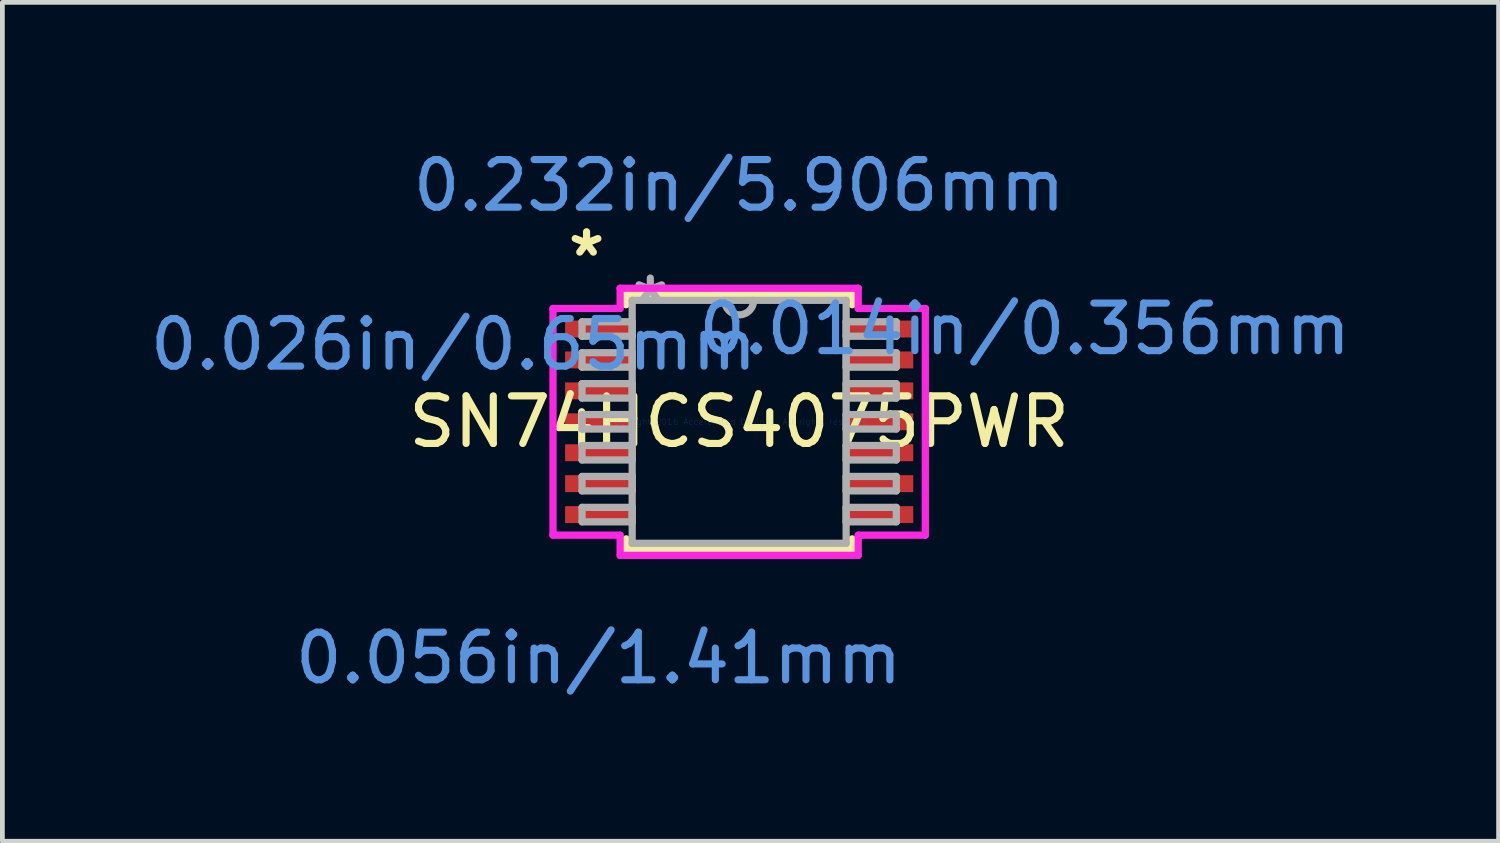
<source format=kicad_pcb>
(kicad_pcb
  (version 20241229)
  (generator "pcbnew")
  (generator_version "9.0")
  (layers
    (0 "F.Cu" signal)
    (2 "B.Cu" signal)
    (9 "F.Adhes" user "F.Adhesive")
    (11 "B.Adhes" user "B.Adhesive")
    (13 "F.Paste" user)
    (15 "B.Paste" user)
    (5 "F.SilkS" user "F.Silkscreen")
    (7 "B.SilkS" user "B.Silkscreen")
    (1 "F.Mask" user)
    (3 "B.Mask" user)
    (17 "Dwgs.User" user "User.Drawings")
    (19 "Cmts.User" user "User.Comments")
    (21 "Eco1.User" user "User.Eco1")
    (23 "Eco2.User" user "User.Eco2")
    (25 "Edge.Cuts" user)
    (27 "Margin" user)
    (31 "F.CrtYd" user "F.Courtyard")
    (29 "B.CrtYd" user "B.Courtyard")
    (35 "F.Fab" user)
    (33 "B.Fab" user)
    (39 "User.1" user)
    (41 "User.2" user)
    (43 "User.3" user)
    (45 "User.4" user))
  (footprint "SN74HCS4075PWR"
    (layer "F.Cu")
    (at 12.483 5.814)
    (property "Reference" "SN74HCS4075PWR" (at 0 0 0) (layer "F.SilkS") (effects (font (size 1 1) (thickness 0.15))))
    (attr through_hole)
    (fp_line (start -2.375 -2.68) (end -2.375 -2.46) (stroke (width 0.152) (type solid)) (layer "F.SilkS"))
    (fp_line (start -2.375 2.46) (end -2.375 2.68) (stroke (width 0.152) (type solid)) (layer "F.SilkS"))
    (fp_line (start -2.375 2.68) (end 2.375 2.68) (stroke (width 0.152) (type solid)) (layer "F.SilkS"))
    (fp_line (start 2.375 -2.68) (end -2.375 -2.68) (stroke (width 0.152) (type solid)) (layer "F.SilkS"))
    (fp_line (start 2.375 -2.46) (end 2.375 -2.68) (stroke (width 0.152) (type solid)) (layer "F.SilkS"))
    (fp_line (start 2.375 2.68) (end 2.375 2.46) (stroke (width 0.152) (type solid)) (layer "F.SilkS"))
    (fp_line (start -3.912 -2.382) (end -2.502 -2.382) (stroke (width 0.152) (type solid)) (layer "F.CrtYd"))
    (fp_line (start -3.912 2.382) (end -3.912 -2.382) (stroke (width 0.152) (type solid)) (layer "F.CrtYd"))
    (fp_line (start -3.912 2.382) (end -2.502 2.382) (stroke (width 0.152) (type solid)) (layer "F.CrtYd"))
    (fp_line (start -2.502 -2.807) (end 2.502 -2.807) (stroke (width 0.152) (type solid)) (layer "F.CrtYd"))
    (fp_line (start -2.502 -2.382) (end -2.502 -2.807) (stroke (width 0.152) (type solid)) (layer "F.CrtYd"))
    (fp_line (start -2.502 2.807) (end -2.502 2.382) (stroke (width 0.152) (type solid)) (layer "F.CrtYd"))
    (fp_line (start 2.502 -2.807) (end 2.502 -2.382) (stroke (width 0.152) (type solid)) (layer "F.CrtYd"))
    (fp_line (start 2.502 2.382) (end 2.502 2.807) (stroke (width 0.152) (type solid)) (layer "F.CrtYd"))
    (fp_line (start 2.502 2.807) (end -2.502 2.807) (stroke (width 0.152) (type solid)) (layer "F.CrtYd"))
    (fp_line (start 3.912 -2.382) (end 2.502 -2.382) (stroke (width 0.152) (type solid)) (layer "F.CrtYd"))
    (fp_line (start 3.912 -2.382) (end 3.912 2.382) (stroke (width 0.152) (type solid)) (layer "F.CrtYd"))
    (fp_line (start 3.912 2.382) (end 2.502 2.382) (stroke (width 0.152) (type solid)) (layer "F.CrtYd"))
    (fp_line (start -3.302 -2.102) (end -3.302 -1.798) (stroke (width 0.152) (type solid)) (layer "F.Fab"))
    (fp_line (start -3.302 -1.798) (end -2.248 -1.798) (stroke (width 0.152) (type solid)) (layer "F.Fab"))
    (fp_line (start -3.302 -1.452) (end -3.302 -1.148) (stroke (width 0.152) (type solid)) (layer "F.Fab"))
    (fp_line (start -3.302 -1.148) (end -2.248 -1.148) (stroke (width 0.152) (type solid)) (layer "F.Fab"))
    (fp_line (start -3.302 -0.802) (end -3.302 -0.498) (stroke (width 0.152) (type solid)) (layer "F.Fab"))
    (fp_line (start -3.302 -0.498) (end -2.248 -0.498) (stroke (width 0.152) (type solid)) (layer "F.Fab"))
    (fp_line (start -3.302 -0.152) (end -3.302 0.152) (stroke (width 0.152) (type solid)) (layer "F.Fab"))
    (fp_line (start -3.302 0.152) (end -2.248 0.152) (stroke (width 0.152) (type solid)) (layer "F.Fab"))
    (fp_line (start -3.302 0.498) (end -3.302 0.802) (stroke (width 0.152) (type solid)) (layer "F.Fab"))
    (fp_line (start -3.302 0.802) (end -2.248 0.802) (stroke (width 0.152) (type solid)) (layer "F.Fab"))
    (fp_line (start -3.302 1.148) (end -3.302 1.452) (stroke (width 0.152) (type solid)) (layer "F.Fab"))
    (fp_line (start -3.302 1.452) (end -2.248 1.452) (stroke (width 0.152) (type solid)) (layer "F.Fab"))
    (fp_line (start -3.302 1.798) (end -3.302 2.102) (stroke (width 0.152) (type solid)) (layer "F.Fab"))
    (fp_line (start -3.302 2.102) (end -2.248 2.102) (stroke (width 0.152) (type solid)) (layer "F.Fab"))
    (fp_line (start -2.248 -2.553) (end -2.248 2.553) (stroke (width 0.152) (type solid)) (layer "F.Fab"))
    (fp_line (start -2.248 -2.102) (end -3.302 -2.102) (stroke (width 0.152) (type solid)) (layer "F.Fab"))
    (fp_line (start -2.248 -1.798) (end -2.248 -2.102) (stroke (width 0.152) (type solid)) (layer "F.Fab"))
    (fp_line (start -2.248 -1.452) (end -3.302 -1.452) (stroke (width 0.152) (type solid)) (layer "F.Fab"))
    (fp_line (start -2.248 -1.148) (end -2.248 -1.452) (stroke (width 0.152) (type solid)) (layer "F.Fab"))
    (fp_line (start -2.248 -0.802) (end -3.302 -0.802) (stroke (width 0.152) (type solid)) (layer "F.Fab"))
    (fp_line (start -2.248 -0.498) (end -2.248 -0.802) (stroke (width 0.152) (type solid)) (layer "F.Fab"))
    (fp_line (start -2.248 -0.152) (end -3.302 -0.152) (stroke (width 0.152) (type solid)) (layer "F.Fab"))
    (fp_line (start -2.248 0.152) (end -2.248 -0.152) (stroke (width 0.152) (type solid)) (layer "F.Fab"))
    (fp_line (start -2.248 0.498) (end -3.302 0.498) (stroke (width 0.152) (type solid)) (layer "F.Fab"))
    (fp_line (start -2.248 0.802) (end -2.248 0.498) (stroke (width 0.152) (type solid)) (layer "F.Fab"))
    (fp_line (start -2.248 1.148) (end -3.302 1.148) (stroke (width 0.152) (type solid)) (layer "F.Fab"))
    (fp_line (start -2.248 1.452) (end -2.248 1.148) (stroke (width 0.152) (type solid)) (layer "F.Fab"))
    (fp_line (start -2.248 1.798) (end -3.302 1.798) (stroke (width 0.152) (type solid)) (layer "F.Fab"))
    (fp_line (start -2.248 2.102) (end -2.248 1.798) (stroke (width 0.152) (type solid)) (layer "F.Fab"))
    (fp_line (start -2.248 2.553) (end 2.248 2.553) (stroke (width 0.152) (type solid)) (layer "F.Fab"))
    (fp_line (start 2.248 -2.553) (end -2.248 -2.553) (stroke (width 0.152) (type solid)) (layer "F.Fab"))
    (fp_line (start 2.248 -2.102) (end 2.248 -1.798) (stroke (width 0.152) (type solid)) (layer "F.Fab"))
    (fp_line (start 2.248 -1.798) (end 3.302 -1.798) (stroke (width 0.152) (type solid)) (layer "F.Fab"))
    (fp_line (start 2.248 -1.452) (end 2.248 -1.148) (stroke (width 0.152) (type solid)) (layer "F.Fab"))
    (fp_line (start 2.248 -1.148) (end 3.302 -1.148) (stroke (width 0.152) (type solid)) (layer "F.Fab"))
    (fp_line (start 2.248 -0.802) (end 2.248 -0.498) (stroke (width 0.152) (type solid)) (layer "F.Fab"))
    (fp_line (start 2.248 -0.498) (end 3.302 -0.498) (stroke (width 0.152) (type solid)) (layer "F.Fab"))
    (fp_line (start 2.248 -0.152) (end 2.248 0.152) (stroke (width 0.152) (type solid)) (layer "F.Fab"))
    (fp_line (start 2.248 0.152) (end 3.302 0.152) (stroke (width 0.152) (type solid)) (layer "F.Fab"))
    (fp_line (start 2.248 0.498) (end 2.248 0.802) (stroke (width 0.152) (type solid)) (layer "F.Fab"))
    (fp_line (start 2.248 0.802) (end 3.302 0.802) (stroke (width 0.152) (type solid)) (layer "F.Fab"))
    (fp_line (start 2.248 1.148) (end 2.248 1.452) (stroke (width 0.152) (type solid)) (layer "F.Fab"))
    (fp_line (start 2.248 1.452) (end 3.302 1.452) (stroke (width 0.152) (type solid)) (layer "F.Fab"))
    (fp_line (start 2.248 1.798) (end 2.248 2.102) (stroke (width 0.152) (type solid)) (layer "F.Fab"))
    (fp_line (start 2.248 2.102) (end 3.302 2.102) (stroke (width 0.152) (type solid)) (layer "F.Fab"))
    (fp_line (start 2.248 2.553) (end 2.248 -2.553) (stroke (width 0.152) (type solid)) (layer "F.Fab"))
    (fp_line (start 3.302 -2.102) (end 2.248 -2.102) (stroke (width 0.152) (type solid)) (layer "F.Fab"))
    (fp_line (start 3.302 -1.798) (end 3.302 -2.102) (stroke (width 0.152) (type solid)) (layer "F.Fab"))
    (fp_line (start 3.302 -1.452) (end 2.248 -1.452) (stroke (width 0.152) (type solid)) (layer "F.Fab"))
    (fp_line (start 3.302 -1.148) (end 3.302 -1.452) (stroke (width 0.152) (type solid)) (layer "F.Fab"))
    (fp_line (start 3.302 -0.802) (end 2.248 -0.802) (stroke (width 0.152) (type solid)) (layer "F.Fab"))
    (fp_line (start 3.302 -0.498) (end 3.302 -0.802) (stroke (width 0.152) (type solid)) (layer "F.Fab"))
    (fp_line (start 3.302 -0.152) (end 2.248 -0.152) (stroke (width 0.152) (type solid)) (layer "F.Fab"))
    (fp_line (start 3.302 0.152) (end 3.302 -0.152) (stroke (width 0.152) (type solid)) (layer "F.Fab"))
    (fp_line (start 3.302 0.498) (end 2.248 0.498) (stroke (width 0.152) (type solid)) (layer "F.Fab"))
    (fp_line (start 3.302 0.802) (end 3.302 0.498) (stroke (width 0.152) (type solid)) (layer "F.Fab"))
    (fp_line (start 3.302 1.148) (end 2.248 1.148) (stroke (width 0.152) (type solid)) (layer "F.Fab"))
    (fp_line (start 3.302 1.452) (end 3.302 1.148) (stroke (width 0.152) (type solid)) (layer "F.Fab"))
    (fp_line (start 3.302 1.798) (end 2.248 1.798) (stroke (width 0.152) (type solid)) (layer "F.Fab"))
    (fp_line (start 3.302 2.102) (end 3.302 1.798) (stroke (width 0.152) (type solid)) (layer "F.Fab"))
    (fp_arc (start 0.3048 -2.5527) (mid 0 -2.2479) (end -0.3048 -2.5527) (stroke (width 0.1524) (type solid)) (layer "F.Fab"))
    (fp_text user "*" (at -3.207 -3.449 0) (layer "F.SilkS") (effects (font (size 1 1) (thickness 0.15))))
    (fp_text user "0.232in/5.906mm" (at 0 -4.966 0) (layer "Cmts.User") (effects (font (size 1 1) (thickness 0.15))))
    (fp_text user "0.026in/0.65mm" (at -6.001 -1.625 0) (layer "Cmts.User") (effects (font (size 1 1) (thickness 0.15))))
    (fp_text user "0.056in/1.41mm" (at -2.953 4.966 0) (layer "Cmts.User") (effects (font (size 1 1) (thickness 0.15))))
    (fp_text user "0.014in/0.356mm" (at 6.001 -1.95 0) (layer "Cmts.User") (effects (font (size 1 1) (thickness 0.15))))
    (fp_text user "Copyright 2016 Accelerated Designs. All rights reserved." (at 0 0 0) (layer "Cmts.User") (effects (font (size 0.127 0.127) (thickness 0.002))))
    (fp_text user "*" (at -1.867 -2.477 0) (layer "F.Fab") (effects (font (size 1 1) (thickness 0.15))))
    (pad "1" smd rect (at -2.953 -1.95) (size 1.41 0.356) (layers "F.Cu" "F.Mask" "F.Paste"))
    (pad "2" smd rect (at -2.953 -1.3) (size 1.41 0.356) (layers "F.Cu" "F.Mask" "F.Paste"))
    (pad "3" smd rect (at -2.953 -0.65) (size 1.41 0.356) (layers "F.Cu" "F.Mask" "F.Paste"))
    (pad "4" smd rect (at -2.953 0) (size 1.41 0.356) (layers "F.Cu" "F.Mask" "F.Paste"))
    (pad "5" smd rect (at -2.953 0.65) (size 1.41 0.356) (layers "F.Cu" "F.Mask" "F.Paste"))
    (pad "6" smd rect (at -2.953 1.3) (size 1.41 0.356) (layers "F.Cu" "F.Mask" "F.Paste"))
    (pad "7" smd rect (at -2.953 1.95) (size 1.41 0.356) (layers "F.Cu" "F.Mask" "F.Paste"))
    (pad "8" smd rect (at 2.953 1.95) (size 1.41 0.356) (layers "F.Cu" "F.Mask" "F.Paste"))
    (pad "9" smd rect (at 2.953 1.3) (size 1.41 0.356) (layers "F.Cu" "F.Mask" "F.Paste"))
    (pad "10" smd rect (at 2.953 0.65) (size 1.41 0.356) (layers "F.Cu" "F.Mask" "F.Paste"))
    (pad "11" smd rect (at 2.953 0) (size 1.41 0.356) (layers "F.Cu" "F.Mask" "F.Paste"))
    (pad "12" smd rect (at 2.953 -0.65) (size 1.41 0.356) (layers "F.Cu" "F.Mask" "F.Paste"))
    (pad "13" smd rect (at 2.953 -1.3) (size 1.41 0.356) (layers "F.Cu" "F.Mask" "F.Paste"))
    (pad "14" smd rect (at 2.953 -1.95) (size 1.41 0.356) (layers "F.Cu" "F.Mask" "F.Paste")))
  (gr_rect
    (start -3 -3)
    (end 28.442 14.628)
    (stroke (width 0.1) (type default))
    (fill no)
    (layer "Edge.Cuts")))
</source>
